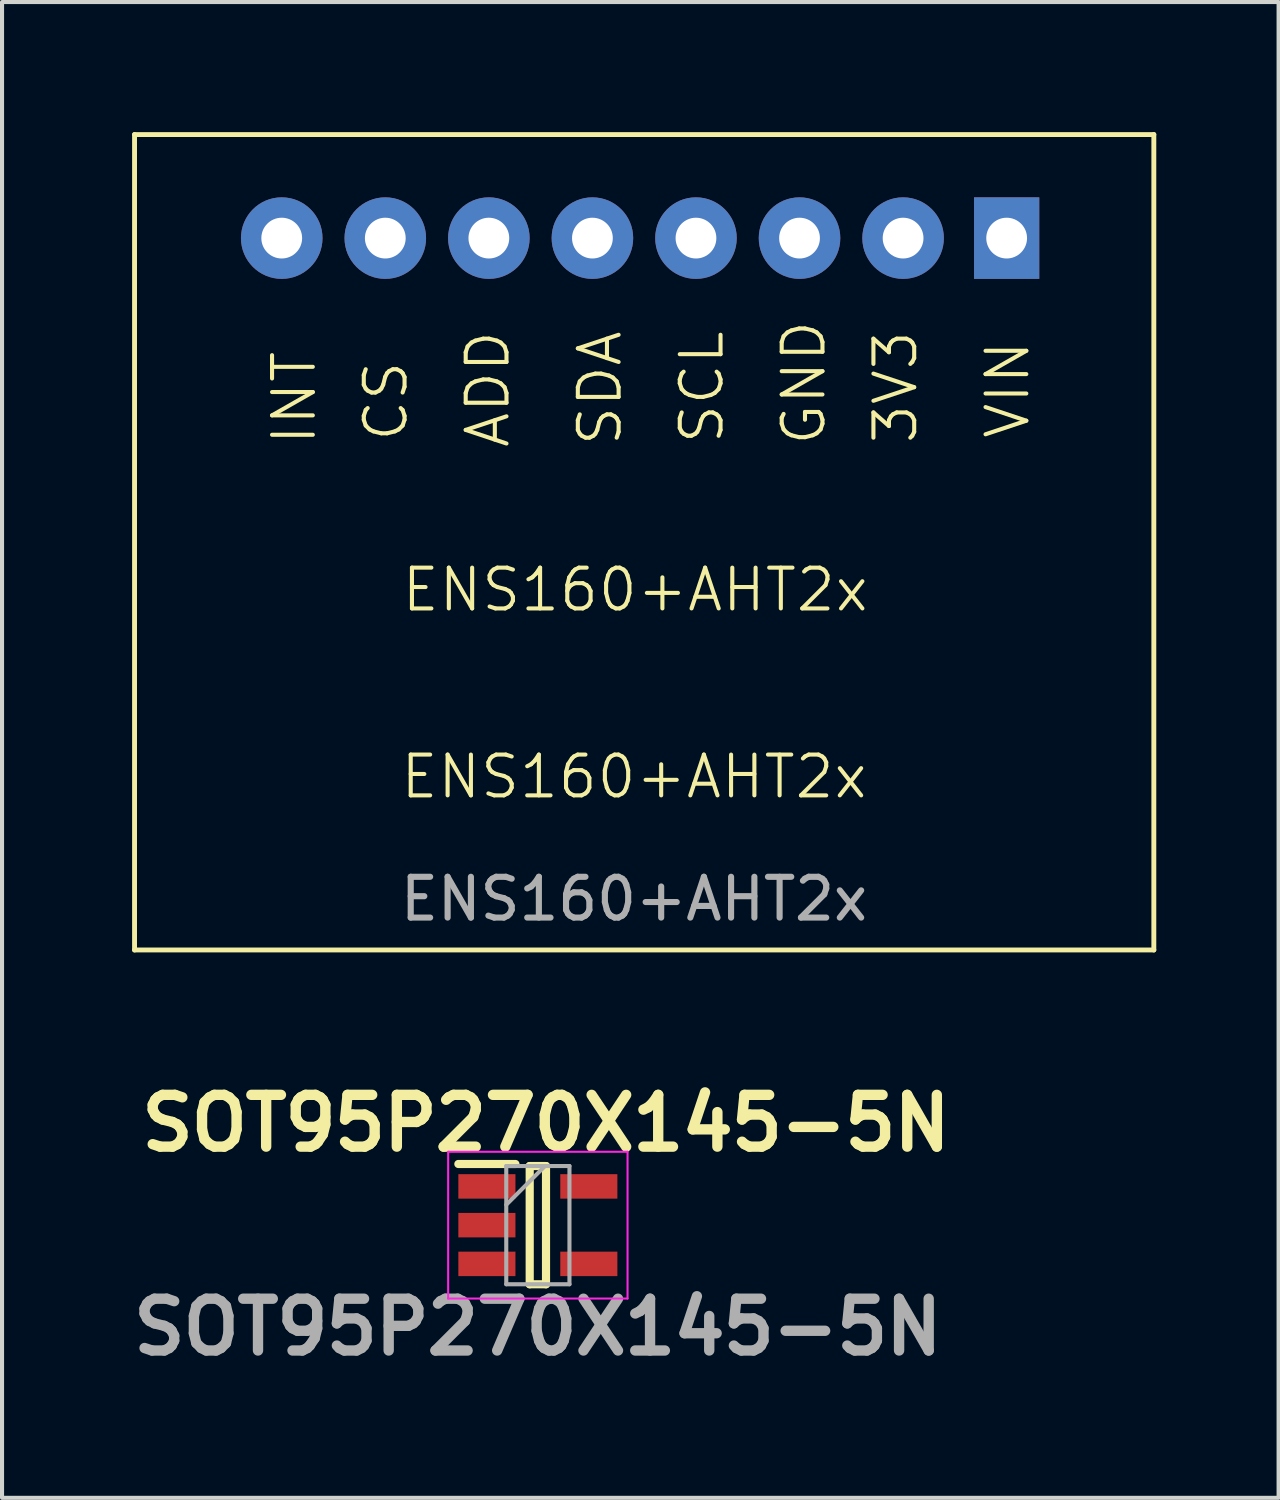
<source format=kicad_pcb>
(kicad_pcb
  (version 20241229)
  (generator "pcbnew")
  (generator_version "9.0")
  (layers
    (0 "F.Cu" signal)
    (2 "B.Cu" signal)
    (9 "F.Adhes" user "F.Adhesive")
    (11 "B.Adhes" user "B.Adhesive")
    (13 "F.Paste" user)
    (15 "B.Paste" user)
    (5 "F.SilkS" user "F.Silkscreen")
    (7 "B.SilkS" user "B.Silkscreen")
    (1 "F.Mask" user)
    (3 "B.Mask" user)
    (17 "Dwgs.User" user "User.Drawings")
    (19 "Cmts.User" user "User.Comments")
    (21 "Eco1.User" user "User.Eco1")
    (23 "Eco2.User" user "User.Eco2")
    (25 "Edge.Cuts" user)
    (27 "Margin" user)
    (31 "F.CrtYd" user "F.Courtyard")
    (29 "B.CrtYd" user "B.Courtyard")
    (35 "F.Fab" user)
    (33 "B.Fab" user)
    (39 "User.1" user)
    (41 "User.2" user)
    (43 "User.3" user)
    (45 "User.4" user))
  (footprint "ENS160+AHT2x"
    (layer "F.Cu")
    (at 0.25 0.25)
    (property "Reference" "ENS160+AHT2x" (at 12.25 15.75 0) (unlocked yes) (layer "F.SilkS") (effects (font (size 1 1) (thickness 0.1))))
    (attr smd)
    (fp_line (start 0 0) (end 0 20) (stroke (width 0.12) (type solid)) (layer "F.SilkS"))
    (fp_line (start 0 0) (end 25 0) (stroke (width 0.12) (type solid)) (layer "F.SilkS"))
    (fp_line (start 25 0) (end 25 20) (stroke (width 0.12) (type solid)) (layer "F.SilkS"))
    (fp_line (start 25 20) (end 0 20) (stroke (width 0.12) (type solid)) (layer "F.SilkS"))
    (fp_text user "ADD" (at 9.25 4.75 90) (unlocked yes) (layer "F.SilkS") (effects (font (size 1 1) (thickness 0.1)) (justify right bottom)))
    (fp_text user "GND" (at 17 4.5 90) (unlocked yes) (layer "F.SilkS") (effects (font (size 1 1) (thickness 0.1)) (justify right bottom)))
    (fp_text user "VIN" (at 22 5 90) (unlocked yes) (layer "F.SilkS") (effects (font (size 1 1) (thickness 0.1)) (justify right bottom)))
    (fp_text user "SDA" (at 12 4.75 90) (unlocked yes) (layer "F.SilkS") (effects (font (size 1 1) (thickness 0.1)) (justify right bottom)))
    (fp_text user "SCL" (at 14.5 4.75 90) (unlocked yes) (layer "F.SilkS") (effects (font (size 1 1) (thickness 0.1)) (justify right bottom)))
    (fp_text user "CS" (at 6.75 5.5 90) (unlocked yes) (layer "F.SilkS") (effects (font (size 1 1) (thickness 0.1)) (justify right bottom)))
    (fp_text user "ENS160+AHT2x" (at 6.5 11.75 0) (unlocked yes) (layer "F.SilkS") (effects (font (size 1 1) (thickness 0.1)) (justify left bottom)))
    (fp_text user "INT" (at 4.5 5.25 90) (unlocked yes) (layer "F.SilkS") (effects (font (size 1 1) (thickness 0.1)) (justify right bottom)))
    (fp_text user "3V3" (at 19.25 4.75 90) (unlocked yes) (layer "F.SilkS") (effects (font (size 1 1) (thickness 0.1)) (justify right bottom)))
    (fp_text user "${REFERENCE}" (at 12.25 18.75 0) (unlocked yes) (layer "F.Fab") (effects (font (size 1 1) (thickness 0.15))))
    (pad "1" thru_hole rect (at 21.39 2.54 270) (size 2 1.6) (drill 1) (layers "*.Cu" "*.Mask"))
    (pad "2" thru_hole circle (at 18.85 2.54 270) (size 2 2) (drill oval 1) (layers "*.Cu" "*.Mask"))
    (pad "3" thru_hole circle (at 16.31 2.54 270) (size 2 2) (drill 1) (layers "*.Cu" "*.Mask"))
    (pad "4" thru_hole circle (at 13.77 2.54 270) (size 2 2) (drill 1) (layers "*.Cu" "*.Mask"))
    (pad "5" thru_hole circle (at 11.23 2.54 270) (size 2 2) (drill 1) (layers "*.Cu" "*.Mask"))
    (pad "6" thru_hole circle (at 8.69 2.54 270) (size 2 2) (drill 1) (layers "*.Cu" "*.Mask"))
    (pad "7" thru_hole circle (at 6.15 2.54 270) (size 2 2) (drill 1) (layers "*.Cu" "*.Mask"))
    (pad "8" thru_hole circle (at 3.61 2.54 270) (size 2 2) (drill 1) (layers "*.Cu" "*.Mask")))
  (footprint "SOT95P270X145-5N"
    (layer "F.Cu")
    (at 10.142 26.999)
    (property "Reference" "SOT95P270X145-5N" (at 0.2 -2.5 0) (layer "F.SilkS") (effects (font (size 1.27 1.27) (thickness 0.254))))
    (attr smd)
    (fp_line (start -1.95 -1.5) (end -0.55 -1.5) (stroke (width 0.2) (type solid)) (layer "F.SilkS"))
    (fp_line (start -0.2 -1.45) (end 0.2 -1.45) (stroke (width 0.2) (type solid)) (layer "F.SilkS"))
    (fp_line (start -0.2 1.45) (end -0.2 -1.45) (stroke (width 0.2) (type solid)) (layer "F.SilkS"))
    (fp_line (start 0.2 -1.45) (end 0.2 1.45) (stroke (width 0.2) (type solid)) (layer "F.SilkS"))
    (fp_line (start 0.2 1.45) (end -0.2 1.45) (stroke (width 0.2) (type solid)) (layer "F.SilkS"))
    (fp_line (start -2.2 -1.8) (end 2.2 -1.8) (stroke (width 0.05) (type solid)) (layer "F.CrtYd"))
    (fp_line (start -2.2 1.8) (end -2.2 -1.8) (stroke (width 0.05) (type solid)) (layer "F.CrtYd"))
    (fp_line (start 2.2 -1.8) (end 2.2 1.8) (stroke (width 0.05) (type solid)) (layer "F.CrtYd"))
    (fp_line (start 2.2 1.8) (end -2.2 1.8) (stroke (width 0.05) (type solid)) (layer "F.CrtYd"))
    (fp_line (start -0.775 -1.45) (end 0.775 -1.45) (stroke (width 0.1) (type solid)) (layer "F.Fab"))
    (fp_line (start -0.775 -0.5) (end 0.175 -1.45) (stroke (width 0.1) (type solid)) (layer "F.Fab"))
    (fp_line (start -0.775 1.45) (end -0.775 -1.45) (stroke (width 0.1) (type solid)) (layer "F.Fab"))
    (fp_line (start 0.775 -1.45) (end 0.775 1.45) (stroke (width 0.1) (type solid)) (layer "F.Fab"))
    (fp_line (start 0.775 1.45) (end -0.775 1.45) (stroke (width 0.1) (type solid)) (layer "F.Fab"))
    (fp_text user "${REFERENCE}" (at 0 2.5 0) (layer "F.Fab") (effects (font (size 1.27 1.27) (thickness 0.254))))
    (pad "1" smd rect (at -1.25 -0.95 90) (size 0.6 1.4) (layers "F.Cu" "F.Mask" "F.Paste"))
    (pad "2" smd rect (at -1.25 0 90) (size 0.6 1.4) (layers "F.Cu" "F.Mask" "F.Paste"))
    (pad "3" smd rect (at -1.25 0.95 90) (size 0.6 1.4) (layers "F.Cu" "F.Mask" "F.Paste"))
    (pad "4" smd rect (at 1.25 0.95 90) (size 0.6 1.4) (layers "F.Cu" "F.Mask" "F.Paste"))
    (pad "5" smd rect (at 1.25 -0.95 90) (size 0.6 1.4) (layers "F.Cu" "F.Mask" "F.Paste")))
  (gr_rect
    (start -3 -3)
    (end 28.31 33.687)
    (stroke (width 0.1) (type default))
    (fill no)
    (layer "Edge.Cuts")))
</source>
